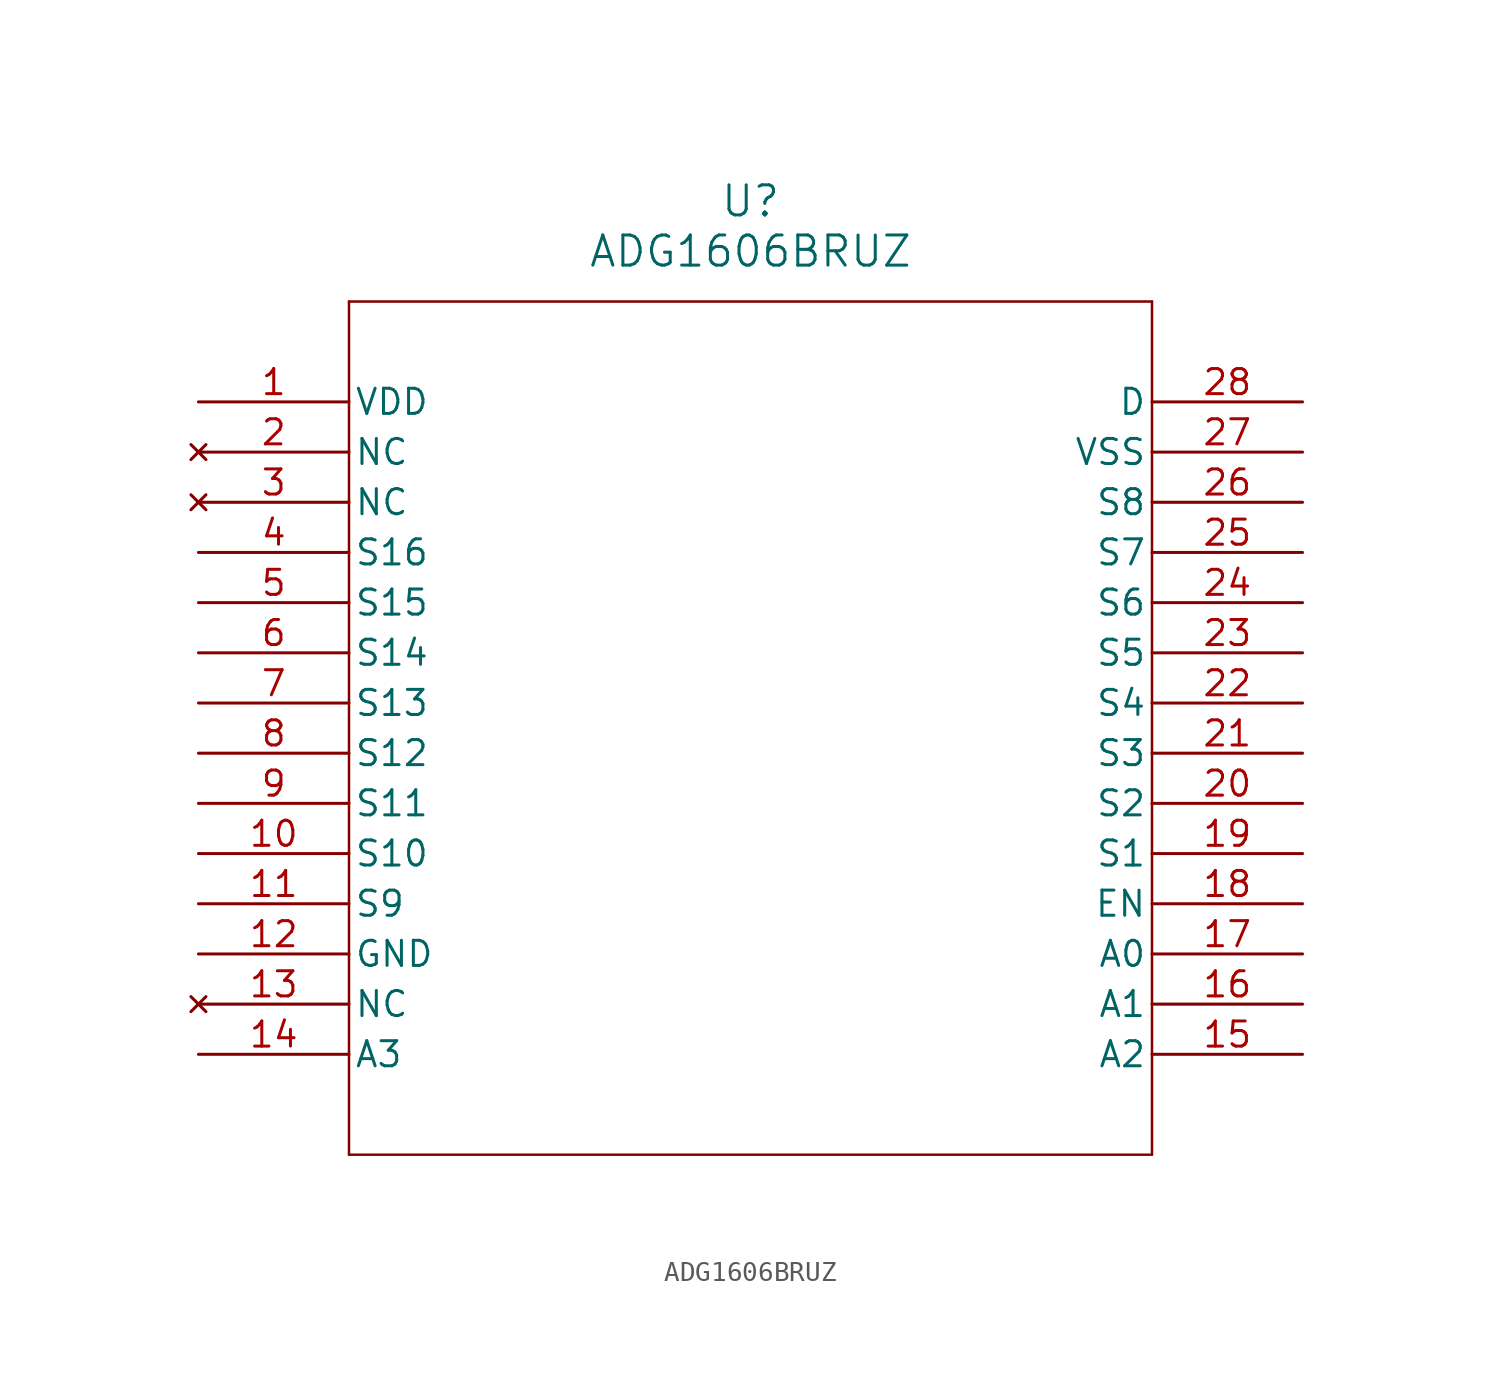
<source format=kicad_sym>
(kicad_symbol_lib
  (version 20211014)
  (generator kicad_symbol_editor)
  (symbol "ADG1606BRUZ"
    (pin_names
      (offset 0.254))
    (property "Reference" "U"
      (at 27.94 10.16 0)
      (effects (font (size 1.524 1.524))))
    (property "Value" "ADG1606BRUZ"
      (at 27.94 7.62 0)
      (effects (font (size 1.524 1.524))))
    (symbol "ADG1606BRUZ_0_1"
      (polyline (pts (xy 7.62 5.08) (xy 7.62 -38.1)) (stroke (width 0.127) (type default) (color 0 0 0 0)) (fill (type none)))
      (polyline (pts (xy 7.62 -38.1) (xy 48.26 -38.1)) (stroke (width 0.127) (type default) (color 0 0 0 0)) (fill (type none)))
      (polyline (pts (xy 48.26 -38.1) (xy 48.26 5.08)) (stroke (width 0.127) (type default) (color 0 0 0 0)) (fill (type none)))
      (polyline (pts (xy 48.26 5.08) (xy 7.62 5.08)) (stroke (width 0.127) (type default) (color 0 0 0 0)) (fill (type none)))
      (pin power_in line (at 0 0 0) (length 7.62) (name "VDD" (effects (font (size 1.27 1.27)))) (number "1" (effects (font (size 1.27 1.27)))))
      (pin no_connect line (at 0 -2.54 0) (length 7.62) (name "NC" (effects (font (size 1.27 1.27)))) (number "2" (effects (font (size 1.27 1.27)))))
      (pin no_connect line (at 0 -5.08 0) (length 7.62) (name "NC" (effects (font (size 1.27 1.27)))) (number "3" (effects (font (size 1.27 1.27)))))
      (pin bidirectional line (at 0 -7.62 0) (length 7.62) (name "S16" (effects (font (size 1.27 1.27)))) (number "4" (effects (font (size 1.27 1.27)))))
      (pin bidirectional line (at 0 -10.16 0) (length 7.62) (name "S15" (effects (font (size 1.27 1.27)))) (number "5" (effects (font (size 1.27 1.27)))))
      (pin bidirectional line (at 0 -12.7 0) (length 7.62) (name "S14" (effects (font (size 1.27 1.27)))) (number "6" (effects (font (size 1.27 1.27)))))
      (pin bidirectional line (at 0 -15.24 0) (length 7.62) (name "S13" (effects (font (size 1.27 1.27)))) (number "7" (effects (font (size 1.27 1.27)))))
      (pin bidirectional line (at 0 -17.78 0) (length 7.62) (name "S12" (effects (font (size 1.27 1.27)))) (number "8" (effects (font (size 1.27 1.27)))))
      (pin bidirectional line (at 0 -20.32 0) (length 7.62) (name "S11" (effects (font (size 1.27 1.27)))) (number "9" (effects (font (size 1.27 1.27)))))
      (pin bidirectional line (at 0 -22.86 0) (length 7.62) (name "S10" (effects (font (size 1.27 1.27)))) (number "10" (effects (font (size 1.27 1.27)))))
      (pin bidirectional line (at 0 -25.4 0) (length 7.62) (name "S9" (effects (font (size 1.27 1.27)))) (number "11" (effects (font (size 1.27 1.27)))))
      (pin power_in line (at 0 -27.94 0) (length 7.62) (name "GND" (effects (font (size 1.27 1.27)))) (number "12" (effects (font (size 1.27 1.27)))))
      (pin no_connect line (at 0 -30.48 0) (length 7.62) (name "NC" (effects (font (size 1.27 1.27)))) (number "13" (effects (font (size 1.27 1.27)))))
      (pin input line (at 0 -33.02 0) (length 7.62) (name "A3" (effects (font (size 1.27 1.27)))) (number "14" (effects (font (size 1.27 1.27)))))
      (pin input line (at 55.88 -33.02 180) (length 7.62) (name "A2" (effects (font (size 1.27 1.27)))) (number "15" (effects (font (size 1.27 1.27)))))
      (pin input line (at 55.88 -30.48 180) (length 7.62) (name "A1" (effects (font (size 1.27 1.27)))) (number "16" (effects (font (size 1.27 1.27)))))
      (pin input line (at 55.88 -27.94 180) (length 7.62) (name "A0" (effects (font (size 1.27 1.27)))) (number "17" (effects (font (size 1.27 1.27)))))
      (pin input line (at 55.88 -25.4 180) (length 7.62) (name "EN" (effects (font (size 1.27 1.27)))) (number "18" (effects (font (size 1.27 1.27)))))
      (pin bidirectional line (at 55.88 -22.86 180) (length 7.62) (name "S1" (effects (font (size 1.27 1.27)))) (number "19" (effects (font (size 1.27 1.27)))))
      (pin bidirectional line (at 55.88 -20.32 180) (length 7.62) (name "S2" (effects (font (size 1.27 1.27)))) (number "20" (effects (font (size 1.27 1.27)))))
      (pin bidirectional line (at 55.88 -17.78 180) (length 7.62) (name "S3" (effects (font (size 1.27 1.27)))) (number "21" (effects (font (size 1.27 1.27)))))
      (pin bidirectional line (at 55.88 -15.24 180) (length 7.62) (name "S4" (effects (font (size 1.27 1.27)))) (number "22" (effects (font (size 1.27 1.27)))))
      (pin bidirectional line (at 55.88 -12.7 180) (length 7.62) (name "S5" (effects (font (size 1.27 1.27)))) (number "23" (effects (font (size 1.27 1.27)))))
      (pin bidirectional line (at 55.88 -10.16 180) (length 7.62) (name "S6" (effects (font (size 1.27 1.27)))) (number "24" (effects (font (size 1.27 1.27)))))
      (pin bidirectional line (at 55.88 -7.62 180) (length 7.62) (name "S7" (effects (font (size 1.27 1.27)))) (number "25" (effects (font (size 1.27 1.27)))))
      (pin bidirectional line (at 55.88 -5.08 180) (length 7.62) (name "S8" (effects (font (size 1.27 1.27)))) (number "26" (effects (font (size 1.27 1.27)))))
      (pin power_in line (at 55.88 -2.54 180) (length 7.62) (name "VSS" (effects (font (size 1.27 1.27)))) (number "27" (effects (font (size 1.27 1.27)))))
      (pin bidirectional line (at 55.88 0 180) (length 7.62) (name "D" (effects (font (size 1.27 1.27)))) (number "28" (effects (font (size 1.27 1.27))))))))
</source>
